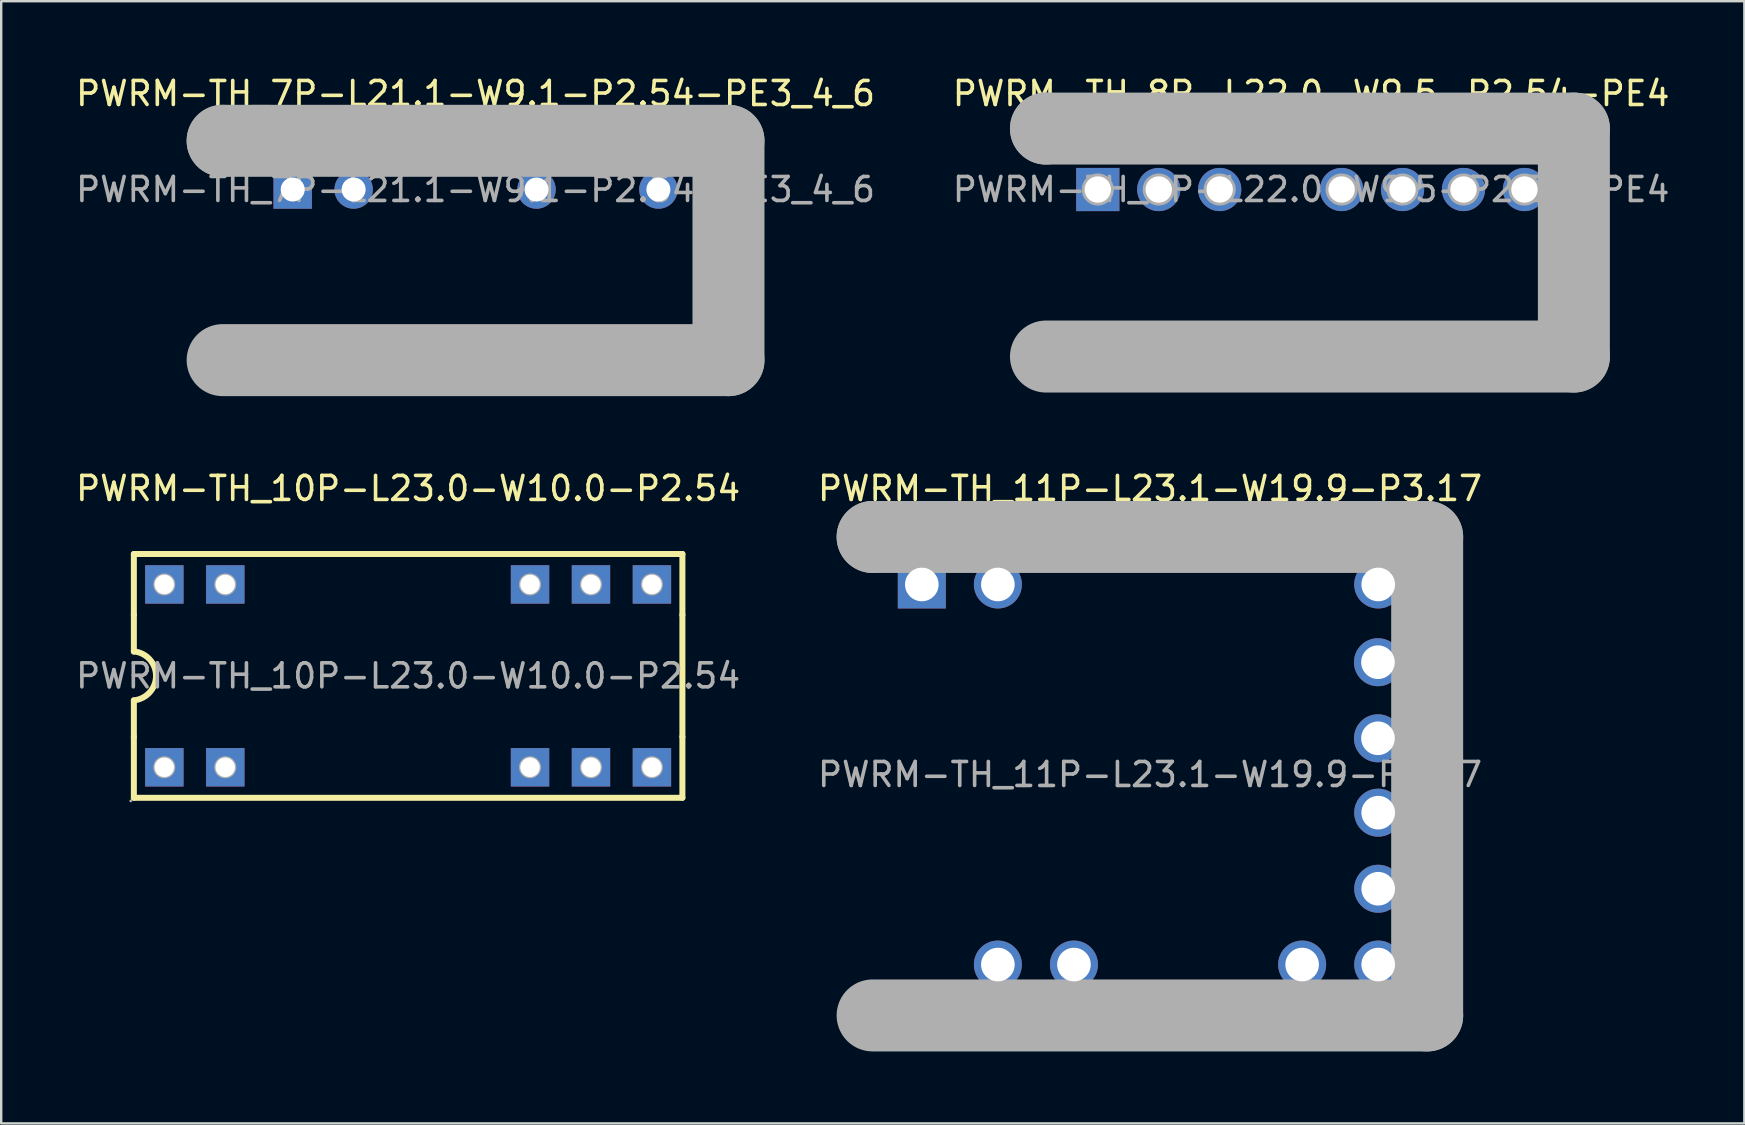
<source format=kicad_pcb>
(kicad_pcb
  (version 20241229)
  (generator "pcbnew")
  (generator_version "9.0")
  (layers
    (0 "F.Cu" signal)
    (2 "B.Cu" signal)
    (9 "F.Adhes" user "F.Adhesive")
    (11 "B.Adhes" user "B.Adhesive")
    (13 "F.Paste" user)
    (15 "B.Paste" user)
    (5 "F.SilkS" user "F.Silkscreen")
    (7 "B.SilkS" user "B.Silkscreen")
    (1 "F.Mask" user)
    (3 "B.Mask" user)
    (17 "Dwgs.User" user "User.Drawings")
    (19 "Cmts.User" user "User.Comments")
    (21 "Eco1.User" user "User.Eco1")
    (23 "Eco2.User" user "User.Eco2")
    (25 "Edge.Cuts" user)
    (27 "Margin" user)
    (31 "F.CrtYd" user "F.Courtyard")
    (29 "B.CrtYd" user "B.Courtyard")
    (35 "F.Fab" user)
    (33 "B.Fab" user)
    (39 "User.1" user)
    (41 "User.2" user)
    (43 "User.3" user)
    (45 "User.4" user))
  (footprint "PWRM-TH_7P-L21.1-W9.1-P2.54-PE3_4_6"
    (layer "F.Cu")
    (at 16.768 4.848)
    (property "Reference" "PWRM-TH_7P-L21.1-W9.1-P2.54-PE3_4_6" (at 0 -4 0) (layer "F.SilkS") (effects (font (size 1 1) (thickness 0.15))))
    (attr through_hole)
    (fp_line (start -10.54 -2.03) (end -10.54 -2.03) (stroke (width 3) (type solid)) (layer "F.Fab"))
    (fp_line (start -10.54 -2.03) (end 10.54 -2.03) (stroke (width 3) (type solid)) (layer "F.Fab"))
    (fp_line (start 10.54 -2.03) (end 10.54 7.11) (stroke (width 3) (type solid)) (layer "F.Fab"))
    (fp_line (start 10.54 7.11) (end -10.54 7.11) (stroke (width 3) (type solid)) (layer "F.Fab"))
    (fp_circle (center -10.67 7.24) (end -10.64 7.24) (stroke (width 0.06) (type solid)) (fill no) (layer "F.Fab"))
    (fp_circle (center -7.62 0) (end -7.42 0) (stroke (width 0.4) (type solid)) (fill no) (layer "F.Fab"))
    (fp_circle (center -5.08 0) (end -4.88 0) (stroke (width 0.4) (type solid)) (fill no) (layer "F.Fab"))
    (fp_circle (center 2.54 0) (end 2.74 0) (stroke (width 0.4) (type solid)) (fill no) (layer "F.Fab"))
    (fp_circle (center 7.62 0) (end 7.82 0) (stroke (width 0.4) (type solid)) (fill no) (layer "F.Fab"))
    (fp_text user "${REFERENCE}" (at 0 0 0) (layer "F.Fab") (effects (font (size 1 1) (thickness 0.15))))
    (pad "1" thru_hole rect (at -7.62 0 180) (size 1.6 1.6) (drill 1) (layers "*.Cu" "*.Paste" "*.Mask"))
    (pad "2" thru_hole circle (at -5.08 0 180) (size 1.6 1.6) (drill 1) (layers "*.Cu" "*.Paste" "*.Mask"))
    (pad "5" thru_hole circle (at 2.54 0) (size 1.6 1.6) (drill 1) (layers "*.Cu" "*.Paste" "*.Mask"))
    (pad "7" thru_hole circle (at 7.62 0) (size 1.6 1.6) (drill 1) (layers "*.Cu" "*.Paste" "*.Mask")))
  (footprint "PWRM-TH_11P-L23.1-W19.9-P3.17"
    (layer "F.Cu")
    (at 44.875 29.227)
    (property "Reference" "PWRM-TH_11P-L23.1-W19.9-P3.17" (at 0 -11.92 0) (layer "F.SilkS") (effects (font (size 1 1) (thickness 0.15))))
    (attr through_hole)
    (fp_line (start -11.56 -9.9) (end -11.56 -9.9) (stroke (width 3) (type solid)) (layer "F.Fab"))
    (fp_line (start -11.56 -9.9) (end 11.55 -9.9) (stroke (width 3) (type solid)) (layer "F.Fab"))
    (fp_line (start 11.55 -9.9) (end 11.55 10.04) (stroke (width 3) (type solid)) (layer "F.Fab"))
    (fp_line (start 11.55 10.04) (end -11.56 10.04) (stroke (width 3) (type solid)) (layer "F.Fab"))
    (fp_circle (center -11.69 -10.03) (end -11.66 -10.03) (stroke (width 0.06) (type solid)) (fill no) (layer "F.Fab"))
    (fp_circle (center -9.51 -7.92) (end -9.21 -7.92) (stroke (width 0.6) (type solid)) (fill no) (layer "F.Fab"))
    (fp_circle (center -6.34 -7.92) (end -6.04 -7.92) (stroke (width 0.6) (type solid)) (fill no) (layer "F.Fab"))
    (fp_circle (center -6.34 7.92) (end -6.04 7.92) (stroke (width 0.6) (type solid)) (fill no) (layer "F.Fab"))
    (fp_circle (center -3.17 7.92) (end -2.87 7.92) (stroke (width 0.6) (type solid)) (fill no) (layer "F.Fab"))
    (fp_circle (center 6.34 7.92) (end 6.64 7.92) (stroke (width 0.6) (type solid)) (fill no) (layer "F.Fab"))
    (fp_circle (center 9.5 -4.68) (end 9.8 -4.68) (stroke (width 0.6) (type solid)) (fill no) (layer "F.Fab"))
    (fp_circle (center 9.5 -1.51) (end 9.8 -1.51) (stroke (width 0.6) (type solid)) (fill no) (layer "F.Fab"))
    (fp_circle (center 9.51 -7.92) (end 9.81 -7.92) (stroke (width 0.6) (type solid)) (fill no) (layer "F.Fab"))
    (fp_circle (center 9.51 1.59) (end 9.81 1.59) (stroke (width 0.6) (type solid)) (fill no) (layer "F.Fab"))
    (fp_circle (center 9.51 4.76) (end 9.81 4.76) (stroke (width 0.6) (type solid)) (fill no) (layer "F.Fab"))
    (fp_circle (center 9.51 7.92) (end 9.81 7.92) (stroke (width 0.6) (type solid)) (fill no) (layer "F.Fab"))
    (fp_text user "${REFERENCE}" (at 0 0 0) (layer "F.Fab") (effects (font (size 1 1) (thickness 0.15))))
    (pad "1" thru_hole rect (at -9.51 -7.92 180) (size 2 2) (drill 1.4) (layers "*.Cu" "*.Paste" "*.Mask"))
    (pad "2" thru_hole circle (at -6.34 7.92 180) (size 2 2) (drill 1.4) (layers "*.Cu" "*.Paste" "*.Mask"))
    (pad "3" thru_hole circle (at -3.17 7.92 180) (size 2 2) (drill 1.4) (layers "*.Cu" "*.Paste" "*.Mask"))
    (pad "4" thru_hole circle (at 6.34 7.92) (size 2 2) (drill 1.4) (layers "*.Cu" "*.Paste" "*.Mask"))
    (pad "5" thru_hole circle (at 9.51 7.92) (size 2 2) (drill 1.4) (layers "*.Cu" "*.Paste" "*.Mask"))
    (pad "6" thru_hole circle (at 9.51 4.76) (size 2 2) (drill 1.4) (layers "*.Cu" "*.Paste" "*.Mask"))
    (pad "7" thru_hole circle (at 9.51 1.59) (size 2 2) (drill 1.4) (layers "*.Cu" "*.Paste" "*.Mask"))
    (pad "8" thru_hole circle (at 9.5 -1.51) (size 2 2) (drill 1.4) (layers "*.Cu" "*.Paste" "*.Mask"))
    (pad "9" thru_hole circle (at 9.5 -4.68) (size 2 2) (drill 1.4) (layers "*.Cu" "*.Paste" "*.Mask"))
    (pad "10" thru_hole circle (at 9.51 -7.92) (size 2 2) (drill 1.4) (layers "*.Cu" "*.Paste" "*.Mask"))
    (pad "11" thru_hole circle (at -6.34 -7.92) (size 2 2) (drill 1.4) (layers "*.Cu" "*.Paste" "*.Mask")))
  (footprint "PWRM-TH_8P-L22.0-W9.5-P2.54-PE4"
    (layer "F.Cu")
    (at 51.589 4.848)
    (property "Reference" "PWRM-TH_8P-L22.0-W9.5-P2.54-PE4" (at 0 -4 0) (layer "F.SilkS") (effects (font (size 1 1) (thickness 0.15))))
    (attr through_hole)
    (fp_line (start -11.05 -2.54) (end -11.05 -2.54) (stroke (width 3) (type solid)) (layer "F.Fab"))
    (fp_line (start -11.05 -2.54) (end 10.95 -2.54) (stroke (width 3) (type solid)) (layer "F.Fab"))
    (fp_line (start 10.95 -2.54) (end 10.95 6.96) (stroke (width 3) (type solid)) (layer "F.Fab"))
    (fp_line (start 10.95 6.96) (end -11.05 6.96) (stroke (width 3) (type solid)) (layer "F.Fab"))
    (fp_circle (center -11.18 7.09) (end -11.15 7.09) (stroke (width 0.06) (type solid)) (fill no) (layer "F.Fab"))
    (fp_circle (center -8.89 0) (end -8.67 0) (stroke (width 0.45) (type solid)) (fill no) (layer "F.Fab"))
    (fp_circle (center -6.35 0) (end -6.13 0) (stroke (width 0.45) (type solid)) (fill no) (layer "F.Fab"))
    (fp_circle (center -3.81 0) (end -3.59 0) (stroke (width 0.45) (type solid)) (fill no) (layer "F.Fab"))
    (fp_circle (center 1.27 0) (end 1.49 0) (stroke (width 0.45) (type solid)) (fill no) (layer "F.Fab"))
    (fp_circle (center 3.81 0) (end 4.03 0) (stroke (width 0.45) (type solid)) (fill no) (layer "F.Fab"))
    (fp_circle (center 6.35 0) (end 6.57 0) (stroke (width 0.45) (type solid)) (fill no) (layer "F.Fab"))
    (fp_circle (center 8.89 0) (end 9.11 0) (stroke (width 0.45) (type solid)) (fill no) (layer "F.Fab"))
    (fp_text user "${REFERENCE}" (at 0 0 0) (layer "F.Fab") (effects (font (size 1 1) (thickness 0.15))))
    (pad "1" thru_hole rect (at -8.89 0) (size 1.8 1.8) (drill 1.1) (layers "*.Cu" "*.Paste" "*.Mask"))
    (pad "2" thru_hole circle (at -6.35 0) (size 1.8 1.8) (drill 1.1) (layers "*.Cu" "*.Paste" "*.Mask"))
    (pad "3" thru_hole circle (at -3.81 0) (size 1.8 1.8) (drill 1.1) (layers "*.Cu" "*.Paste" "*.Mask"))
    (pad "5" thru_hole circle (at 1.27 0) (size 1.8 1.8) (drill 1.1) (layers "*.Cu" "*.Paste" "*.Mask"))
    (pad "6" thru_hole circle (at 3.81 0) (size 1.8 1.8) (drill 1.1) (layers "*.Cu" "*.Paste" "*.Mask"))
    (pad "7" thru_hole circle (at 6.35 0) (size 1.8 1.8) (drill 1.1) (layers "*.Cu" "*.Paste" "*.Mask"))
    (pad "8" thru_hole circle (at 8.89 0) (size 1.8 1.8) (drill 1.1) (layers "*.Cu" "*.Paste" "*.Mask")))
  (footprint "PWRM-TH_10P-L23.0-W10.0-P2.54"
    (layer "F.Cu")
    (at 13.958 25.116)
    (property "Reference" "PWRM-TH_10P-L23.0-W10.0-P2.54" (at 0 -7.81 0) (layer "F.SilkS") (effects (font (size 1 1) (thickness 0.15))))
    (attr through_hole)
    (fp_line (start -11.43 -5.08) (end -11.43 -2.54) (stroke (width 0.25) (type solid)) (layer "F.SilkS"))
    (fp_line (start -11.43 -2.54) (end -11.43 -1.01) (stroke (width 0.25) (type solid)) (layer "F.SilkS"))
    (fp_line (start -11.43 2.54) (end -11.43 1.02) (stroke (width 0.25) (type solid)) (layer "F.SilkS"))
    (fp_line (start -11.43 5.08) (end -11.43 2.54) (stroke (width 0.25) (type solid)) (layer "F.SilkS"))
    (fp_line (start -11.43 5.08) (end 11.43 5.08) (stroke (width 0.25) (type solid)) (layer "F.SilkS"))
    (fp_line (start 11.43 -5.08) (end -11.43 -5.08) (stroke (width 0.25) (type solid)) (layer "F.SilkS"))
    (fp_line (start 11.43 -5.08) (end 11.43 -2.54) (stroke (width 0.25) (type solid)) (layer "F.SilkS"))
    (fp_line (start 11.43 -2.54) (end 11.43 2.54) (stroke (width 0.25) (type solid)) (layer "F.SilkS"))
    (fp_line (start 11.43 2.54) (end 11.43 5.08) (stroke (width 0.25) (type solid)) (layer "F.SilkS"))
    (fp_arc (start -11.427306 -1.019732) (mid -10.505111 0.001354) (end -11.43 1.02) (stroke (width 0.25) (type solid)) (layer "F.SilkS"))
    (fp_circle (center -11.56 5.21) (end -11.53 5.21) (stroke (width 0.06) (type solid)) (fill no) (layer "F.Fab"))
    (fp_circle (center -10.16 -3.81) (end -10.01 -3.81) (stroke (width 0.31) (type solid)) (fill no) (layer "F.Fab"))
    (fp_circle (center -10.16 3.81) (end -10.01 3.81) (stroke (width 0.31) (type solid)) (fill no) (layer "F.Fab"))
    (fp_circle (center -7.62 -3.81) (end -7.47 -3.81) (stroke (width 0.31) (type solid)) (fill no) (layer "F.Fab"))
    (fp_circle (center -7.62 3.81) (end -7.47 3.81) (stroke (width 0.31) (type solid)) (fill no) (layer "F.Fab"))
    (fp_circle (center 5.08 -3.81) (end 5.23 -3.81) (stroke (width 0.31) (type solid)) (fill no) (layer "F.Fab"))
    (fp_circle (center 5.08 3.81) (end 5.23 3.81) (stroke (width 0.31) (type solid)) (fill no) (layer "F.Fab"))
    (fp_circle (center 7.62 -3.81) (end 7.77 -3.81) (stroke (width 0.31) (type solid)) (fill no) (layer "F.Fab"))
    (fp_circle (center 7.62 3.81) (end 7.77 3.81) (stroke (width 0.31) (type solid)) (fill no) (layer "F.Fab"))
    (fp_circle (center 10.16 -3.81) (end 10.31 -3.81) (stroke (width 0.31) (type solid)) (fill no) (layer "F.Fab"))
    (fp_circle (center 10.16 3.81) (end 10.31 3.81) (stroke (width 0.31) (type solid)) (fill no) (layer "F.Fab"))
    (fp_text user "${REFERENCE}" (at 0 0 0) (layer "F.Fab") (effects (font (size 1 1) (thickness 0.15))))
    (pad "1" thru_hole rect (at -10.16 3.81) (size 1.6 1.6) (drill 0.813) (layers "*.Cu" "*.Paste" "*.Mask"))
    (pad "2" thru_hole rect (at -7.62 3.81) (size 1.6 1.6) (drill 0.813) (layers "*.Cu" "*.Paste" "*.Mask"))
    (pad "7" thru_hole rect (at 5.08 3.81) (size 1.6 1.6) (drill 0.813) (layers "*.Cu" "*.Paste" "*.Mask"))
    (pad "8" thru_hole rect (at 7.62 3.81) (size 1.6 1.6) (drill 0.813) (layers "*.Cu" "*.Paste" "*.Mask"))
    (pad "9" thru_hole rect (at 10.16 3.81) (size 1.6 1.6) (drill 0.813) (layers "*.Cu" "*.Paste" "*.Mask"))
    (pad "10" thru_hole rect (at 10.16 -3.81) (size 1.6 1.6) (drill 0.813) (layers "*.Cu" "*.Paste" "*.Mask"))
    (pad "11" thru_hole rect (at 7.62 -3.81) (size 1.6 1.6) (drill 0.813) (layers "*.Cu" "*.Paste" "*.Mask"))
    (pad "12" thru_hole rect (at 5.08 -3.81) (size 1.6 1.6) (drill 0.813) (layers "*.Cu" "*.Paste" "*.Mask"))
    (pad "17" thru_hole rect (at -7.62 -3.81) (size 1.6 1.6) (drill 0.813) (layers "*.Cu" "*.Paste" "*.Mask"))
    (pad "18" thru_hole rect (at -10.16 -3.81) (size 1.6 1.6) (drill 0.813) (layers "*.Cu" "*.Paste" "*.Mask")))
  (gr_rect
    (start -3 -3)
    (end 69.643 43.767)
    (stroke (width 0.1) (type default))
    (fill no)
    (layer "Edge.Cuts")))
</source>
